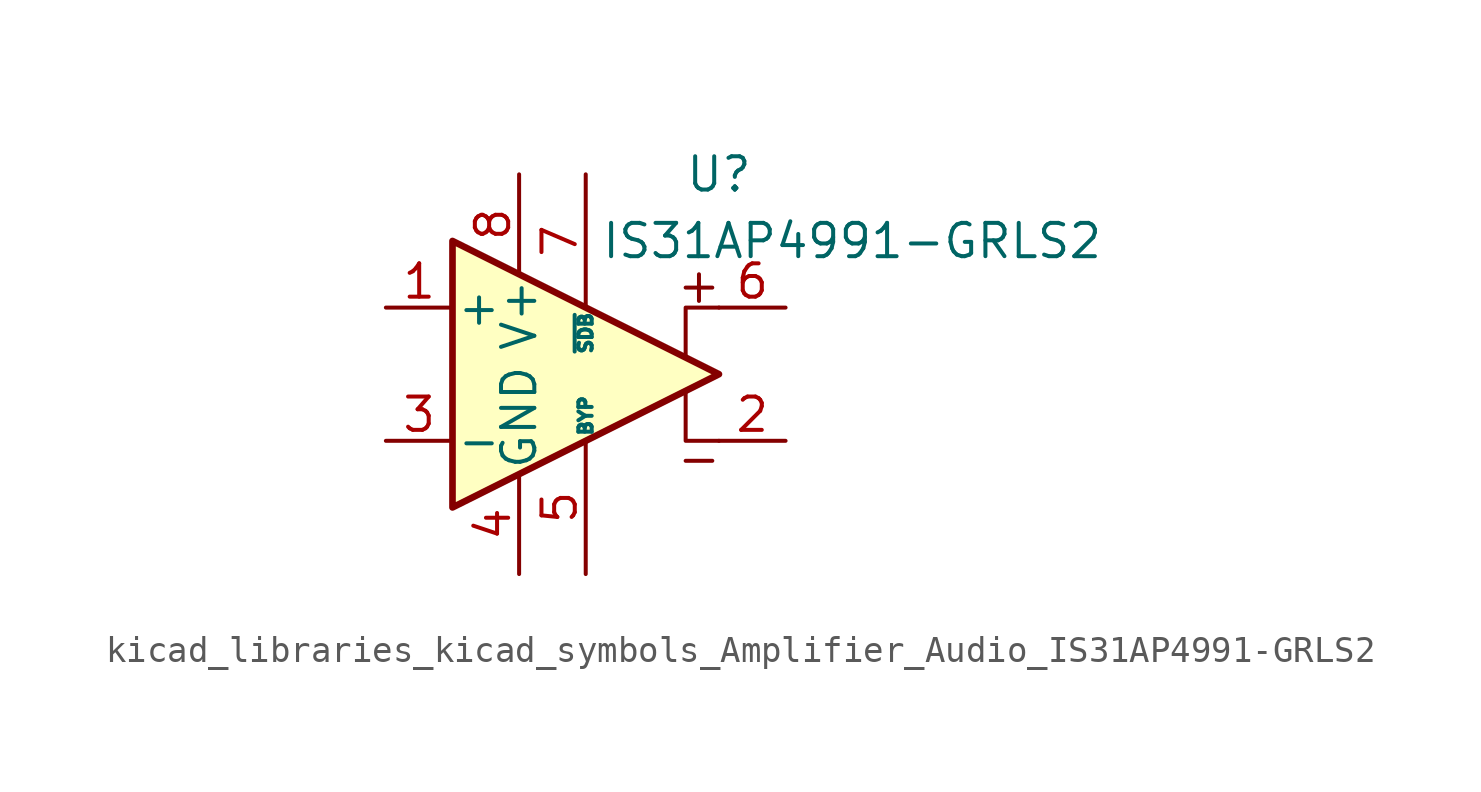
<source format=kicad_sym>
(kicad_symbol_lib
  (version 20220914)
  (generator kicad_symbol_editor)
  (symbol "kicad_libraries_kicad_symbols_Amplifier_Audio_IS31AP4991-GRLS2"
    (pin_names
      (offset 0.127))
    (property "Reference" "U"
      (at 5.08 7.62 0)
      (effects (font (size 1.27 1.27))))
    (property "Value" "IS31AP4991-GRLS2"
      (at 10.16 5.08 0)
      (effects (font (size 1.27 1.27))))
    (symbol "kicad_libraries_kicad_symbols_Amplifier_Audio_IS31AP4991-GRLS2_0_1"
      (polyline (pts (xy 3.81 -3.302) (xy 4.826 -3.302)) (stroke (width 0) (type default)) (fill (type none)))
      (polyline (pts (xy 4.318 3.81) (xy 4.318 2.794)) (stroke (width 0) (type default)) (fill (type none)))
      (polyline (pts (xy 4.826 3.302) (xy 3.81 3.302)) (stroke (width 0) (type default)) (fill (type none))))
    (symbol "kicad_libraries_kicad_symbols_Amplifier_Audio_IS31AP4991-GRLS2_1_1"
      (polyline (pts (xy 3.81 -0.635) (xy 3.81 -2.54) (xy 5.08 -2.54)) (stroke (width 0) (type default)) (fill (type none)))
      (polyline (pts (xy 5.08 2.54) (xy 3.81 2.54) (xy 3.81 0.635)) (stroke (width 0) (type default)) (fill (type none)))
      (polyline (pts (xy -5.08 5.08) (xy 5.08 0) (xy -5.08 -5.08) (xy -5.08 5.08)) (stroke (width 0.254) (type default)) (fill (type background)))
      (pin input line (at -7.62 2.54 0) (length 2.54) (name "+" (effects (font (size 1.27 1.27)))) (number "1" (effects (font (size 1.27 1.27)))))
      (pin output line (at 7.62 -2.54 180) (length 2.54) (name "~" (effects (font (size 1.27 1.27)))) (number "2" (effects (font (size 1.27 1.27)))))
      (pin input line (at -7.62 -2.54 0) (length 2.54) (name "-" (effects (font (size 1.27 1.27)))) (number "3" (effects (font (size 1.27 1.27)))))
      (pin power_in line (at -2.54 -7.62 90) (length 3.81) (name "GND" (effects (font (size 1.27 1.27)))) (number "4" (effects (font (size 1.27 1.27)))))
      (pin passive line (at 0 -7.62 90) (length 5.08) (name "BYP" (effects (font (size 0.508 0.508)))) (number "5" (effects (font (size 1.27 1.27)))))
      (pin output line (at 7.62 2.54 180) (length 2.54) (name "~" (effects (font (size 1.27 1.27)))) (number "6" (effects (font (size 1.27 1.27)))))
      (pin input line (at 0 7.62 270) (length 5.08) (name "~{SDB}" (effects (font (size 0.508 0.508)))) (number "7" (effects (font (size 1.27 1.27)))))
      (pin power_in line (at -2.54 7.62 270) (length 3.81) (name "V+" (effects (font (size 1.27 1.27)))) (number "8" (effects (font (size 1.27 1.27))))))))
</source>
